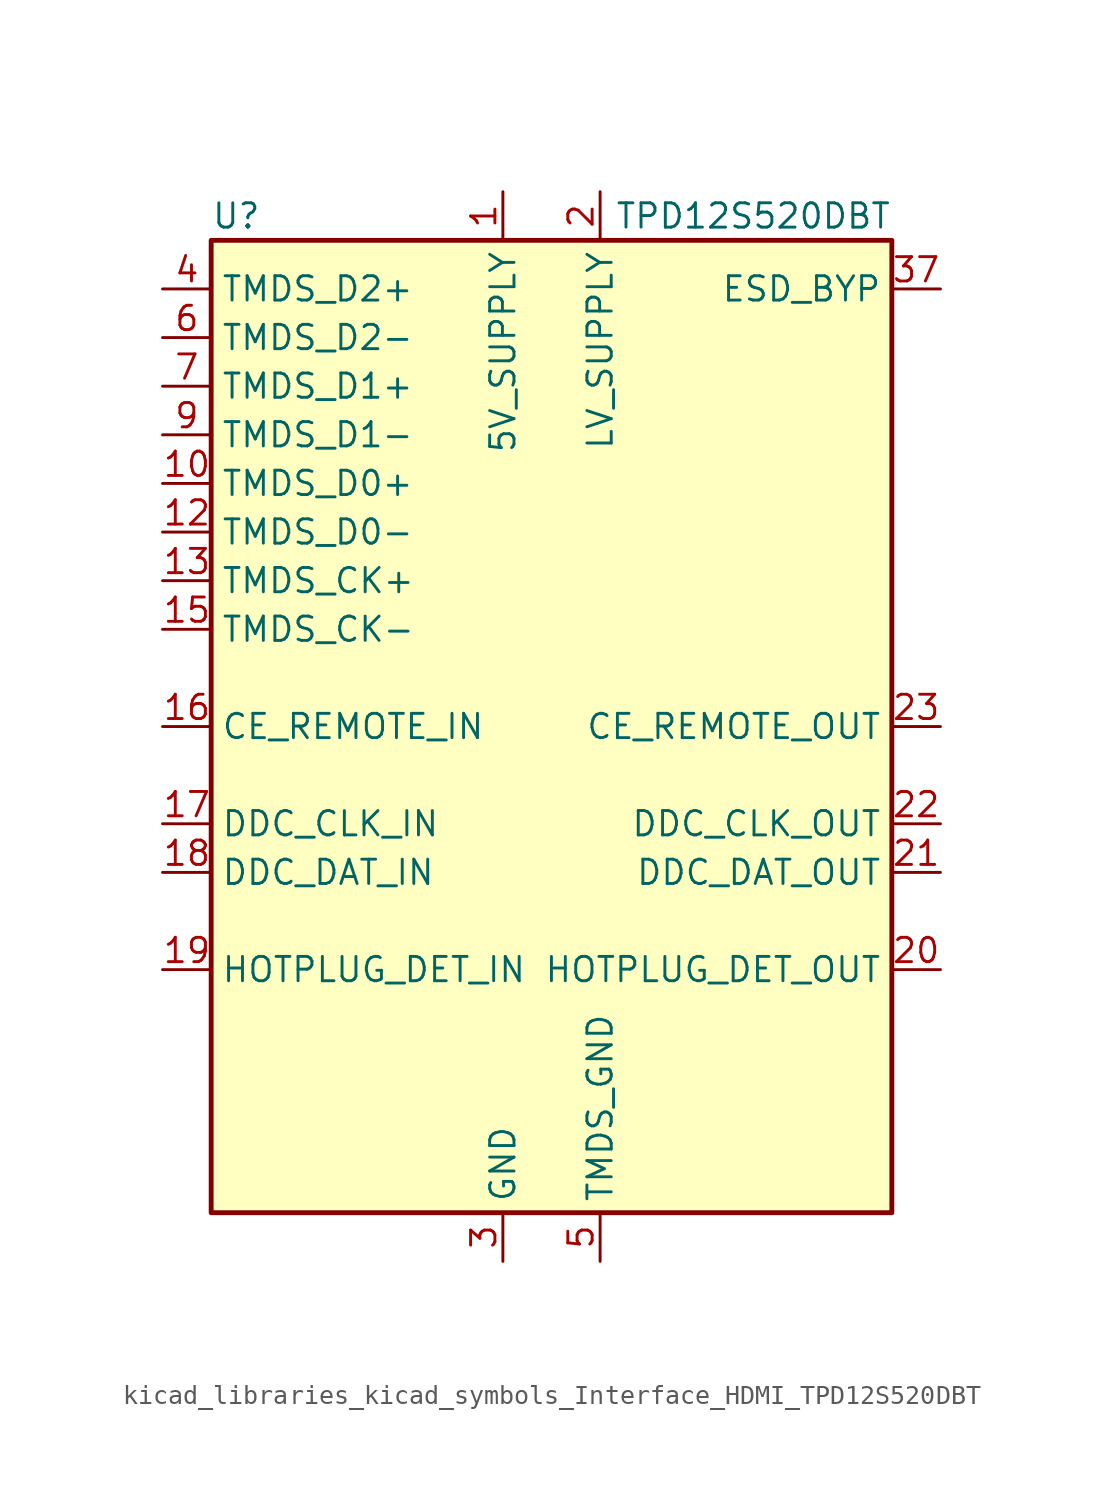
<source format=kicad_sym>
(kicad_symbol_lib
  (version 20220914)
  (generator kicad_symbol_editor)
  (symbol "kicad_libraries_kicad_symbols_Interface_HDMI_TPD12S520DBT"
    (property "Reference" "U"
      (at -17.78 26.67 0)
      (effects (font (size 1.27 1.27)) (justify left)))
    (property "Value" "TPD12S520DBT"
      (at 17.78 26.67 0)
      (effects (font (size 1.27 1.27)) (justify right)))
    (symbol "kicad_libraries_kicad_symbols_Interface_HDMI_TPD12S520DBT_0_1"
      (rectangle (start -17.78 25.4) (end 17.78 -25.4) (stroke (width 0.254) (type default)) (fill (type background))))
    (symbol "kicad_libraries_kicad_symbols_Interface_HDMI_TPD12S520DBT_1_1"
      (pin power_in line (at -2.54 27.94 270) (length 2.54) (name "5V_SUPPLY" (effects (font (size 1.27 1.27)))) (number "1" (effects (font (size 1.27 1.27)))))
      (pin passive line (at -20.32 12.7 0) (length 2.54) (name "TMDS_D0+" (effects (font (size 1.27 1.27)))) (number "10" (effects (font (size 1.27 1.27)))))
      (pin passive line (at 2.54 -27.94 90) (length 2.54) hide (name "TMDS_GND" (effects (font (size 1.27 1.27)))) (number "11" (effects (font (size 1.27 1.27)))))
      (pin passive line (at -20.32 10.16 0) (length 2.54) (name "TMDS_D0-" (effects (font (size 1.27 1.27)))) (number "12" (effects (font (size 1.27 1.27)))))
      (pin passive line (at -20.32 7.62 0) (length 2.54) (name "TMDS_CK+" (effects (font (size 1.27 1.27)))) (number "13" (effects (font (size 1.27 1.27)))))
      (pin passive line (at 2.54 -27.94 90) (length 2.54) hide (name "TMDS_GND" (effects (font (size 1.27 1.27)))) (number "14" (effects (font (size 1.27 1.27)))))
      (pin passive line (at -20.32 5.08 0) (length 2.54) (name "TMDS_CK-" (effects (font (size 1.27 1.27)))) (number "15" (effects (font (size 1.27 1.27)))))
      (pin bidirectional line (at -20.32 0 0) (length 2.54) (name "CE_REMOTE_IN" (effects (font (size 1.27 1.27)))) (number "16" (effects (font (size 1.27 1.27)))))
      (pin bidirectional line (at -20.32 -5.08 0) (length 2.54) (name "DDC_CLK_IN" (effects (font (size 1.27 1.27)))) (number "17" (effects (font (size 1.27 1.27)))))
      (pin bidirectional line (at -20.32 -7.62 0) (length 2.54) (name "DDC_DAT_IN" (effects (font (size 1.27 1.27)))) (number "18" (effects (font (size 1.27 1.27)))))
      (pin bidirectional line (at -20.32 -12.7 0) (length 2.54) (name "HOTPLUG_DET_IN" (effects (font (size 1.27 1.27)))) (number "19" (effects (font (size 1.27 1.27)))))
      (pin power_in line (at 2.54 27.94 270) (length 2.54) (name "LV_SUPPLY" (effects (font (size 1.27 1.27)))) (number "2" (effects (font (size 1.27 1.27)))))
      (pin bidirectional line (at 20.32 -12.7 180) (length 2.54) (name "HOTPLUG_DET_OUT" (effects (font (size 1.27 1.27)))) (number "20" (effects (font (size 1.27 1.27)))))
      (pin bidirectional line (at 20.32 -7.62 180) (length 2.54) (name "DDC_DAT_OUT" (effects (font (size 1.27 1.27)))) (number "21" (effects (font (size 1.27 1.27)))))
      (pin bidirectional line (at 20.32 -5.08 180) (length 2.54) (name "DDC_CLK_OUT" (effects (font (size 1.27 1.27)))) (number "22" (effects (font (size 1.27 1.27)))))
      (pin bidirectional line (at 20.32 0 180) (length 2.54) (name "CE_REMOTE_OUT" (effects (font (size 1.27 1.27)))) (number "23" (effects (font (size 1.27 1.27)))))
      (pin passive line (at -20.32 5.08 0) (length 2.54) hide (name "TMDS_CK-" (effects (font (size 1.27 1.27)))) (number "24" (effects (font (size 1.27 1.27)))))
      (pin passive line (at 2.54 -27.94 90) (length 2.54) hide (name "TMDS_GND" (effects (font (size 1.27 1.27)))) (number "25" (effects (font (size 1.27 1.27)))))
      (pin passive line (at -20.32 7.62 0) (length 2.54) hide (name "TMDS_CK+" (effects (font (size 1.27 1.27)))) (number "26" (effects (font (size 1.27 1.27)))))
      (pin passive line (at -20.32 10.16 0) (length 2.54) hide (name "TMDS_D0-" (effects (font (size 1.27 1.27)))) (number "27" (effects (font (size 1.27 1.27)))))
      (pin passive line (at 2.54 -27.94 90) (length 2.54) hide (name "TMDS_GND" (effects (font (size 1.27 1.27)))) (number "28" (effects (font (size 1.27 1.27)))))
      (pin passive line (at -20.32 12.7 0) (length 2.54) hide (name "TMDS_D0+" (effects (font (size 1.27 1.27)))) (number "29" (effects (font (size 1.27 1.27)))))
      (pin power_in line (at -2.54 -27.94 90) (length 2.54) (name "GND" (effects (font (size 1.27 1.27)))) (number "3" (effects (font (size 1.27 1.27)))))
      (pin passive line (at -20.32 15.24 0) (length 2.54) hide (name "TMDS_D1-" (effects (font (size 1.27 1.27)))) (number "30" (effects (font (size 1.27 1.27)))))
      (pin passive line (at 2.54 -27.94 90) (length 2.54) hide (name "TMDS_GND" (effects (font (size 1.27 1.27)))) (number "31" (effects (font (size 1.27 1.27)))))
      (pin passive line (at -20.32 17.78 0) (length 2.54) hide (name "TMDS_D1+" (effects (font (size 1.27 1.27)))) (number "32" (effects (font (size 1.27 1.27)))))
      (pin passive line (at -20.32 20.32 0) (length 2.54) hide (name "TMDS_D2-" (effects (font (size 1.27 1.27)))) (number "33" (effects (font (size 1.27 1.27)))))
      (pin passive line (at 2.54 -27.94 90) (length 2.54) hide (name "TMDS_GND" (effects (font (size 1.27 1.27)))) (number "34" (effects (font (size 1.27 1.27)))))
      (pin passive line (at -20.32 22.86 0) (length 2.54) hide (name "TMDS_D2+" (effects (font (size 1.27 1.27)))) (number "35" (effects (font (size 1.27 1.27)))))
      (pin passive line (at -2.54 -27.94 90) (length 2.54) hide (name "GND" (effects (font (size 1.27 1.27)))) (number "36" (effects (font (size 1.27 1.27)))))
      (pin passive line (at 20.32 22.86 180) (length 2.54) (name "ESD_BYP" (effects (font (size 1.27 1.27)))) (number "37" (effects (font (size 1.27 1.27)))))
      (pin no_connect line (at 17.78 20.32 180) (length 2.54) hide (name "NC" (effects (font (size 1.27 1.27)))) (number "38" (effects (font (size 1.27 1.27)))))
      (pin passive line (at -20.32 22.86 0) (length 2.54) (name "TMDS_D2+" (effects (font (size 1.27 1.27)))) (number "4" (effects (font (size 1.27 1.27)))))
      (pin passive line (at 2.54 -27.94 90) (length 2.54) (name "TMDS_GND" (effects (font (size 1.27 1.27)))) (number "5" (effects (font (size 1.27 1.27)))))
      (pin passive line (at -20.32 20.32 0) (length 2.54) (name "TMDS_D2-" (effects (font (size 1.27 1.27)))) (number "6" (effects (font (size 1.27 1.27)))))
      (pin passive line (at -20.32 17.78 0) (length 2.54) (name "TMDS_D1+" (effects (font (size 1.27 1.27)))) (number "7" (effects (font (size 1.27 1.27)))))
      (pin passive line (at 2.54 -27.94 90) (length 2.54) hide (name "TMDS_GND" (effects (font (size 1.27 1.27)))) (number "8" (effects (font (size 1.27 1.27)))))
      (pin passive line (at -20.32 15.24 0) (length 2.54) (name "TMDS_D1-" (effects (font (size 1.27 1.27)))) (number "9" (effects (font (size 1.27 1.27))))))))
</source>
